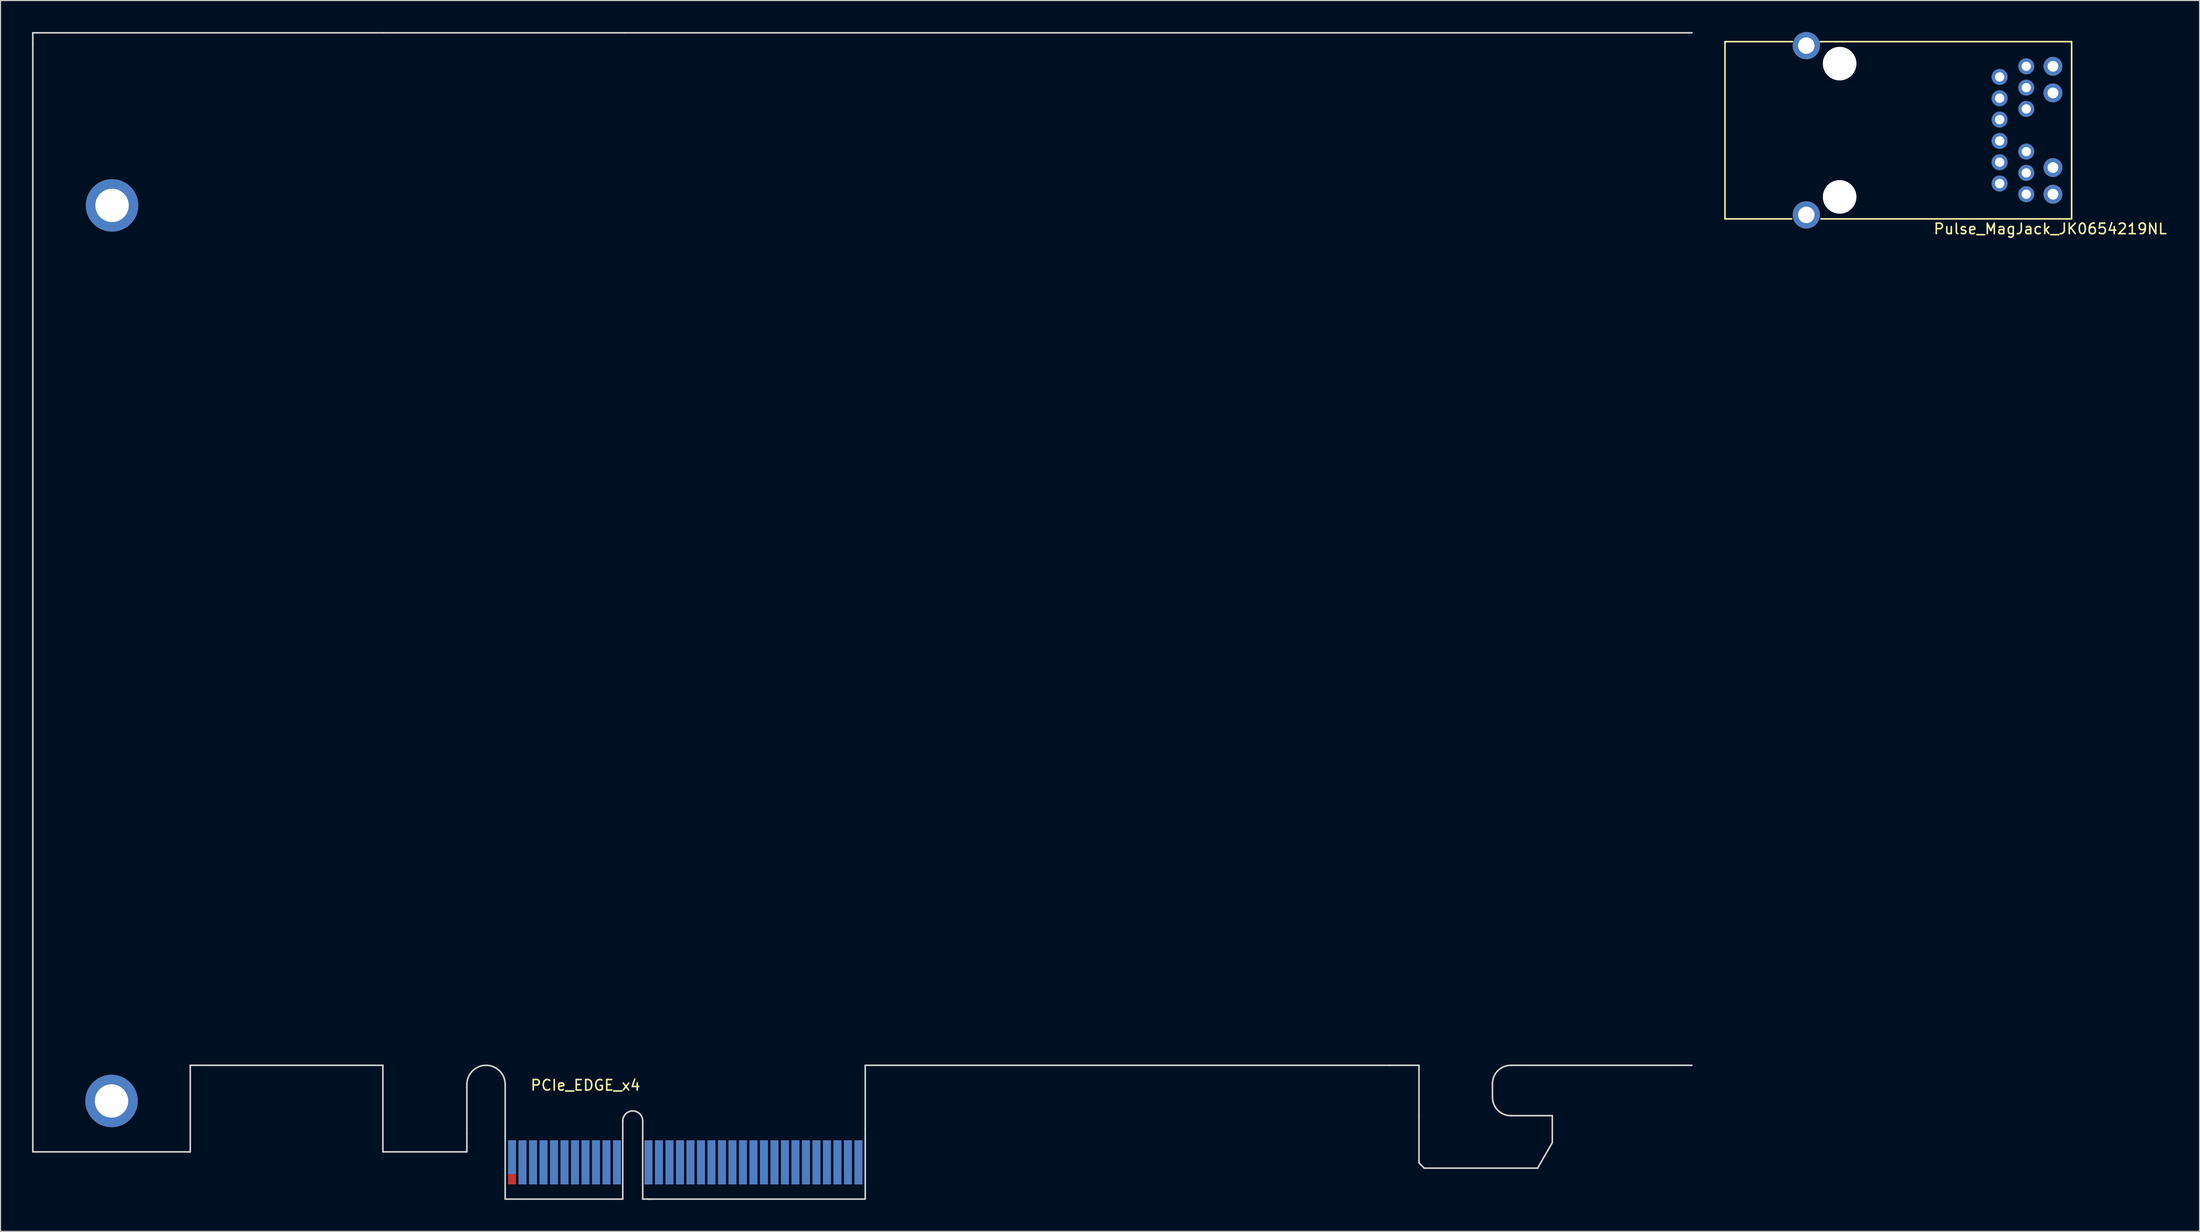
<source format=kicad_pcb>
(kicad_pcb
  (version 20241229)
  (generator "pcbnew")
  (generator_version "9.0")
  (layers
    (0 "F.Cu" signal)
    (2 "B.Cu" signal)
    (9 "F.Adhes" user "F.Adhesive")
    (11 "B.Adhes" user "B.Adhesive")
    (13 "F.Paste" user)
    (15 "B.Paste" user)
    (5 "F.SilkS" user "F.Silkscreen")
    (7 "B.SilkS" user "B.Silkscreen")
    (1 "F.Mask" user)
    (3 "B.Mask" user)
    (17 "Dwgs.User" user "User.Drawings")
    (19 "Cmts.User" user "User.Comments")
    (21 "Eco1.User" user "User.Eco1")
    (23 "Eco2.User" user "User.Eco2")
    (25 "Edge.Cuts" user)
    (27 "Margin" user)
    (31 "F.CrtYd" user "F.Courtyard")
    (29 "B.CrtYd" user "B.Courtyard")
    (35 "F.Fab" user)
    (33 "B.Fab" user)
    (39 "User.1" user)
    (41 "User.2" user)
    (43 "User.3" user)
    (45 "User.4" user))
  (footprint "Pulse_MagJack_JK0654219NL"
    (layer "F.Cu")
    (at 187.437 9.364)
    (property "Reference" "Pulse_MagJack_JK0654219NL" (at 4.826 9.398 0) (layer "F.SilkS") (effects (font (size 1 1) (thickness 0.15))))
    (attr through_hole)
    (fp_line (start -26.162 -8.445) (end -26.162 8.445) (stroke (width 0.15) (type solid)) (layer "F.SilkS"))
    (fp_line (start -26.162 -8.445) (end -19.748 -8.445) (stroke (width 0.15) (type solid)) (layer "F.SilkS"))
    (fp_line (start -26.162 8.445) (end -19.812 8.445) (stroke (width 0.15) (type solid)) (layer "F.SilkS"))
    (fp_line (start -17.081 -8.445) (end 6.858 -8.445) (stroke (width 0.15) (type solid)) (layer "F.SilkS"))
    (fp_line (start 6.858 -8.445) (end 6.858 8.445) (stroke (width 0.15) (type solid)) (layer "F.SilkS"))
    (fp_line (start 6.858 8.445) (end -17.018 8.445) (stroke (width 0.15) (type solid)) (layer "F.SilkS"))
    (pad "" np_thru_hole circle (at -15.24 -6.35) (size 3.2 3.2) (drill 3.2) (layers "*.Cu" "*.Mask"))
    (pad "" np_thru_hole circle (at -15.24 6.35) (size 3.2 3.2) (drill 3.2) (layers "*.Cu" "*.Mask"))
    (pad "1" thru_hole circle (at 0 5.08) (size 1.524 1.524) (drill 0.889) (layers "*.Cu" "*.Mask"))
    (pad "2" thru_hole circle (at 0 3.048) (size 1.524 1.524) (drill 0.889) (layers "*.Cu" "*.Mask"))
    (pad "3" thru_hole circle (at 0 1.016) (size 1.524 1.524) (drill 0.889) (layers "*.Cu" "*.Mask"))
    (pad "4" thru_hole circle (at 0 -1.016) (size 1.524 1.524) (drill 0.889) (layers "*.Cu" "*.Mask"))
    (pad "5" thru_hole circle (at 0 -3.048) (size 1.524 1.524) (drill 0.889) (layers "*.Cu" "*.Mask"))
    (pad "6" thru_hole circle (at 0 -5.08) (size 1.524 1.524) (drill 0.889) (layers "*.Cu" "*.Mask"))
    (pad "7" thru_hole circle (at 2.54 6.096) (size 1.524 1.524) (drill 0.889) (layers "*.Cu" "*.Mask"))
    (pad "8" thru_hole circle (at 2.54 4.064) (size 1.524 1.524) (drill 0.889) (layers "*.Cu" "*.Mask"))
    (pad "9" thru_hole circle (at 2.54 2.032) (size 1.524 1.524) (drill 0.889) (layers "*.Cu" "*.Mask"))
    (pad "10" thru_hole circle (at 2.54 -2.032) (size 1.524 1.524) (drill 0.889) (layers "*.Cu" "*.Mask"))
    (pad "11" thru_hole circle (at 2.54 -4.064) (size 1.524 1.524) (drill 0.889) (layers "*.Cu" "*.Mask"))
    (pad "12" thru_hole circle (at 2.54 -6.096) (size 1.524 1.524) (drill 0.889) (layers "*.Cu" "*.Mask"))
    (pad "13" thru_hole circle (at 5.08 6.096) (size 1.8 1.8) (drill 1.03) (layers "*.Cu" "*.Mask"))
    (pad "14" thru_hole circle (at 5.08 3.556) (size 1.8 1.8) (drill 1.03) (layers "*.Cu" "*.Mask"))
    (pad "15" thru_hole circle (at 5.08 -3.556) (size 1.8 1.8) (drill 1.03) (layers "*.Cu" "*.Mask"))
    (pad "16" thru_hole circle (at 5.08 -6.096) (size 1.8 1.8) (drill 1.03) (layers "*.Cu" "*.Mask"))
    (pad "S" thru_hole circle (at -18.415 -8.065) (size 2.6 2.6) (drill 1.57) (layers "*.Cu" "*.Mask"))
    (pad "S" thru_hole circle (at -18.415 8.065) (size 2.6 2.6) (drill 1.57) (layers "*.Cu" "*.Mask")))
  (footprint "PCIe_EDGE_x4"
    (layer "F.Cu")
    (at 52.725 107.725)
    (property "Reference" "PCIe_EDGE_x4" (at 0 -7.35 0) (layer "F.SilkS") (effects (font (size 1 1) (thickness 0.15))))
    (attr through_hole)
    (fp_line (start -52.65 -107.65) (end -19.3 -107.65) (stroke (width 0.15) (type solid)) (layer "Edge.Cuts"))
    (fp_line (start -52.65 -106.65) (end -52.65 -107.65) (stroke (width 0.15) (type solid)) (layer "Edge.Cuts"))
    (fp_line (start -52.65 -1) (end -52.65 -106.65) (stroke (width 0.15) (type solid)) (layer "Edge.Cuts"))
    (fp_line (start -37.65 -9.25) (end -37.65 -1) (stroke (width 0.15) (type solid)) (layer "Edge.Cuts"))
    (fp_line (start -37.65 -1) (end -52.65 -1) (stroke (width 0.15) (type solid)) (layer "Edge.Cuts"))
    (fp_line (start -19.3 -107.65) (end 3.7 -107.65) (stroke (width 0.15) (type solid)) (layer "Edge.Cuts"))
    (fp_line (start -19.3 -9.25) (end -37.65 -9.25) (stroke (width 0.15) (type solid)) (layer "Edge.Cuts"))
    (fp_line (start -19.3 -1) (end -19.3 -9.25) (stroke (width 0.15) (type solid)) (layer "Edge.Cuts"))
    (fp_line (start -11.9 -1) (end -19.3 -1) (stroke (width 0.15) (type solid)) (layer "Edge.Cuts"))
    (fp_line (start -11.3 -7.45) (end -11.3 -7.2) (stroke (width 0.15) (type solid)) (layer "Edge.Cuts"))
    (fp_line (start -11.3 -7.2) (end -11.3 -2.8) (stroke (width 0.15) (type solid)) (layer "Edge.Cuts"))
    (fp_line (start -11.3 -2.8) (end -11.3 -1) (stroke (width 0.15) (type solid)) (layer "Edge.Cuts"))
    (fp_line (start -11.3 -1) (end -11.9 -1) (stroke (width 0.15) (type solid)) (layer "Edge.Cuts"))
    (fp_line (start -7.65 -7.425) (end -7.65 -2.47) (stroke (width 0.15) (type solid)) (layer "Edge.Cuts"))
    (fp_line (start -7.65 3.5) (end -7.65 -2.5) (stroke (width 0.15) (type solid)) (layer "Edge.Cuts"))
    (fp_line (start -7.65 3.5) (end -6.9 3.5) (stroke (width 0.15) (type solid)) (layer "Edge.Cuts"))
    (fp_line (start 3.55 -3.95) (end 3.55 3.5) (stroke (width 0.15) (type solid)) (layer "Edge.Cuts"))
    (fp_line (start 3.55 3.5) (end -6.9 3.5) (stroke (width 0.15) (type solid)) (layer "Edge.Cuts"))
    (fp_line (start 3.7 -107.65) (end 105.4 -107.65) (stroke (width 0.15) (type solid)) (layer "Edge.Cuts"))
    (fp_line (start 5.45 -3.95) (end 5.45 3.5) (stroke (width 0.15) (type solid)) (layer "Edge.Cuts"))
    (fp_line (start 5.45 3.5) (end 5.6 3.5) (stroke (width 0.15) (type solid)) (layer "Edge.Cuts"))
    (fp_line (start 6 3.5) (end 6.2 3.5) (stroke (width 0.15) (type solid)) (layer "Edge.Cuts"))
    (fp_line (start 6.2 3.5) (end 5.6 3.5) (stroke (width 0.15) (type solid)) (layer "Edge.Cuts"))
    (fp_line (start 6.2 3.5) (end 26.65 3.5) (stroke (width 0.15) (type solid)) (layer "Edge.Cuts"))
    (fp_line (start 26.65 -9.25) (end 76.65 -9.25) (stroke (width 0.15) (type solid)) (layer "Edge.Cuts"))
    (fp_line (start 26.65 -3.2) (end 26.65 -9.25) (stroke (width 0.15) (type solid)) (layer "Edge.Cuts"))
    (fp_line (start 26.65 3.5) (end 26.65 -3.2) (stroke (width 0.15) (type solid)) (layer "Edge.Cuts"))
    (fp_line (start 76.6 -9.25) (end 79.4 -9.25) (stroke (width 0.15) (type solid)) (layer "Edge.Cuts"))
    (fp_line (start 79.4 -9.25) (end 79.4 -4.45) (stroke (width 0.15) (type solid)) (layer "Edge.Cuts"))
    (fp_line (start 79.4 -4.45) (end 79.4 0.05) (stroke (width 0.15) (type solid)) (layer "Edge.Cuts"))
    (fp_line (start 79.9 0.55) (end 79.4 0.05) (stroke (width 0.15) (type solid)) (layer "Edge.Cuts"))
    (fp_line (start 79.9 0.55) (end 90.71 0.55) (stroke (width 0.15) (type solid)) (layer "Edge.Cuts"))
    (fp_line (start 86.4 -6.2) (end 86.4 -7.5) (stroke (width 0.15) (type solid)) (layer "Edge.Cuts"))
    (fp_line (start 88.15 -9.25) (end 105.4 -9.25) (stroke (width 0.15) (type solid)) (layer "Edge.Cuts"))
    (fp_line (start 90.7 0.55) (end 92.1 -1.88) (stroke (width 0.15) (type solid)) (layer "Edge.Cuts"))
    (fp_line (start 92.1 -4.45) (end 88.15 -4.45) (stroke (width 0.15) (type solid)) (layer "Edge.Cuts"))
    (fp_line (start 92.1 -1.88) (end 92.1 -4.45) (stroke (width 0.15) (type solid)) (layer "Edge.Cuts"))
    (fp_arc (start -11.3 -7.425) (mid -9.475 -9.25) (end -7.65 -7.425) (stroke (width 0.15) (type solid)) (layer "Edge.Cuts"))
    (fp_arc (start 3.55 -3.95) (mid 4.5 -4.9) (end 5.45 -3.95) (stroke (width 0.15) (type solid)) (layer "Edge.Cuts"))
    (fp_arc (start 86.4 -7.5) (mid 86.912563 -8.737437) (end 88.15 -9.25) (stroke (width 0.15) (type solid)) (layer "Edge.Cuts"))
    (fp_arc (start 88.15 -4.45) (mid 86.912563 -4.962563) (end 86.4 -6.2) (stroke (width 0.15) (type solid)) (layer "Edge.Cuts"))
    (pad "A1" smd rect (at -7 -0.5) (size 0.75 3.2) (layers "B.Cu" "B.Mask" "B.Paste"))
    (pad "A2" smd rect (at -6 0) (size 0.75 4.2) (layers "B.Cu" "B.Mask" "B.Paste"))
    (pad "A3" smd rect (at -5 0) (size 0.75 4.2) (layers "B.Cu" "B.Mask" "B.Paste"))
    (pad "A4" smd rect (at -4 0) (size 0.75 4.2) (layers "B.Cu" "B.Mask" "B.Paste"))
    (pad "A5" smd rect (at -3 0) (size 0.75 4.2) (layers "B.Cu" "B.Mask" "B.Paste"))
    (pad "A6" smd rect (at -2 0) (size 0.75 4.2) (layers "B.Cu" "B.Mask" "B.Paste"))
    (pad "A7" smd rect (at -1 0) (size 0.75 4.2) (layers "B.Cu" "B.Mask" "B.Paste"))
    (pad "A8" smd rect (at 0 0) (size 0.75 4.2) (layers "B.Cu" "B.Mask" "B.Paste"))
    (pad "A9" smd rect (at 1 0) (size 0.75 4.2) (layers "B.Cu" "B.Mask" "B.Paste"))
    (pad "A10" smd rect (at 2 0) (size 0.75 4.2) (layers "B.Cu" "B.Mask" "B.Paste"))
    (pad "A11" smd rect (at 3 0) (size 0.75 4.2) (layers "B.Cu" "B.Mask" "B.Paste"))
    (pad "A12" smd rect (at 6 0) (size 0.75 4.2) (layers "B.Cu" "B.Mask" "B.Paste"))
    (pad "A13" smd rect (at 7 0) (size 0.75 4.2) (layers "B.Cu" "B.Mask" "B.Paste"))
    (pad "A14" smd rect (at 8 0) (size 0.75 4.2) (layers "B.Cu" "B.Mask" "B.Paste"))
    (pad "A15" smd rect (at 9 0) (size 0.75 4.2) (layers "B.Cu" "B.Mask" "B.Paste"))
    (pad "A16" smd rect (at 10 0) (size 0.75 4.2) (layers "B.Cu" "B.Mask" "B.Paste"))
    (pad "A17" smd rect (at 11 0) (size 0.75 4.2) (layers "B.Cu" "B.Mask" "B.Paste"))
    (pad "A18" smd rect (at 12 0) (size 0.75 4.2) (layers "B.Cu" "B.Mask" "B.Paste"))
    (pad "A19" smd rect (at 13 0) (size 0.75 4.2) (layers "B.Cu" "B.Mask" "B.Paste"))
    (pad "A20" smd rect (at 14 0) (size 0.75 4.2) (layers "B.Cu" "B.Mask" "B.Paste"))
    (pad "A21" smd rect (at 15 0) (size 0.75 4.2) (layers "B.Cu" "B.Mask" "B.Paste"))
    (pad "A22" smd rect (at 16 0) (size 0.75 4.2) (layers "B.Cu" "B.Mask" "B.Paste"))
    (pad "A23" smd rect (at 17 0) (size 0.75 4.2) (layers "B.Cu" "B.Mask" "B.Paste"))
    (pad "A24" smd rect (at 18 0) (size 0.75 4.2) (layers "B.Cu" "B.Mask" "B.Paste"))
    (pad "A25" smd rect (at 19 0) (size 0.75 4.2) (layers "B.Cu" "B.Mask" "B.Paste"))
    (pad "A26" smd rect (at 20 0) (size 0.75 4.2) (layers "B.Cu" "B.Mask" "B.Paste"))
    (pad "A27" smd rect (at 21 0) (size 0.75 4.2) (layers "B.Cu" "B.Mask" "B.Paste"))
    (pad "A28" smd rect (at 22 0) (size 0.75 4.2) (layers "B.Cu" "B.Mask" "B.Paste"))
    (pad "A29" smd rect (at 23 0) (size 0.75 4.2) (layers "B.Cu" "B.Mask" "B.Paste"))
    (pad "A30" smd rect (at 24 0) (size 0.75 4.2) (layers "B.Cu" "B.Mask" "B.Paste"))
    (pad "A31" smd rect (at 25 0) (size 0.75 4.2) (layers "B.Cu" "B.Mask" "B.Paste"))
    (pad "A32" smd rect (at 26 0) (size 0.75 4.2) (layers "B.Cu" "B.Mask" "B.Paste"))
    (pad "B1" smd rect (at -7 0) (size 0.75 4.2) (layers "F.Cu" "F.Mask" "F.Paste"))
    (pad "B2" smd rect (at -6 0) (size 0.75 4.2) (layers "F.Cu" "F.Mask" "F.Paste"))
    (pad "B3" smd rect (at -5 0) (size 0.75 4.2) (layers "F.Cu" "F.Mask" "F.Paste"))
    (pad "B4" smd rect (at -4 0) (size 0.75 4.2) (layers "F.Cu" "F.Mask" "F.Paste"))
    (pad "B5" smd rect (at -3 0) (size 0.75 4.2) (layers "F.Cu" "F.Mask" "F.Paste"))
    (pad "B6" smd rect (at -2 0) (size 0.75 4.2) (layers "F.Cu" "F.Mask" "F.Paste"))
    (pad "B7" smd rect (at -1 0) (size 0.75 4.2) (layers "F.Cu" "F.Mask" "F.Paste"))
    (pad "B8" smd rect (at 0 0) (size 0.75 4.2) (layers "F.Cu" "F.Mask" "F.Paste"))
    (pad "B9" smd rect (at 1 0) (size 0.75 4.2) (layers "F.Cu" "F.Mask" "F.Paste"))
    (pad "B10" smd rect (at 2 0) (size 0.75 4.2) (layers "F.Cu" "F.Mask" "F.Paste"))
    (pad "B11" smd rect (at 3 0) (size 0.75 4.2) (layers "F.Cu" "F.Mask" "F.Paste"))
    (pad "B12" smd rect (at 6 0) (size 0.75 4.2) (layers "F.Cu" "F.Mask" "F.Paste"))
    (pad "B13" smd rect (at 7 0) (size 0.75 4.2) (layers "F.Cu" "F.Mask" "F.Paste"))
    (pad "B14" smd rect (at 8 0) (size 0.75 4.2) (layers "F.Cu" "F.Mask" "F.Paste"))
    (pad "B15" smd rect (at 9 0) (size 0.75 4.2) (layers "F.Cu" "F.Mask" "F.Paste"))
    (pad "B16" smd rect (at 10 0) (size 0.75 4.2) (layers "F.Cu" "F.Mask" "F.Paste"))
    (pad "B17" smd rect (at 11 0) (size 0.75 4.2) (layers "F.Cu" "F.Mask" "F.Paste"))
    (pad "B18" smd rect (at 12 0) (size 0.75 4.2) (layers "F.Cu" "F.Mask" "F.Paste"))
    (pad "B19" smd rect (at 13 0) (size 0.75 4.2) (layers "F.Cu" "F.Mask" "F.Paste"))
    (pad "B20" smd rect (at 14 0) (size 0.75 4.2) (layers "F.Cu" "F.Mask" "F.Paste"))
    (pad "B21" smd rect (at 15 0) (size 0.75 4.2) (layers "F.Cu" "F.Mask" "F.Paste"))
    (pad "B22" smd rect (at 16 0) (size 0.75 4.2) (layers "F.Cu" "F.Mask" "F.Paste"))
    (pad "B23" smd rect (at 17 0) (size 0.75 4.2) (layers "F.Cu" "F.Mask" "F.Paste"))
    (pad "B24" smd rect (at 18 0) (size 0.75 4.2) (layers "F.Cu" "F.Mask" "F.Paste"))
    (pad "B25" smd rect (at 19 0) (size 0.75 4.2) (layers "F.Cu" "F.Mask" "F.Paste"))
    (pad "B26" smd rect (at 20 0) (size 0.75 4.2) (layers "F.Cu" "F.Mask" "F.Paste"))
    (pad "B27" smd rect (at 21 0) (size 0.75 4.2) (layers "F.Cu" "F.Mask" "F.Paste"))
    (pad "B28" smd rect (at 22 0) (size 0.75 4.2) (layers "F.Cu" "F.Mask" "F.Paste"))
    (pad "B29" smd rect (at 23 0) (size 0.75 4.2) (layers "F.Cu" "F.Mask" "F.Paste"))
    (pad "B30" smd rect (at 24 0) (size 0.75 4.2) (layers "F.Cu" "F.Mask" "F.Paste"))
    (pad "B31" smd rect (at 25 -0.5) (size 0.75 3.2) (layers "F.Cu" "F.Mask" "F.Paste"))
    (pad "B32" smd rect (at 26 0) (size 0.75 4.2) (layers "F.Cu" "F.Mask" "F.Paste"))
    (pad "M" thru_hole circle (at -45.15 -5.85) (size 5 5) (drill 3.18) (layers "*.Cu" "*.Mask"))
    (pad "M" thru_hole circle (at -45.1 -91.2) (size 5 5) (drill 3.18) (layers "*.Cu" "*.Mask")))
  (gr_rect
    (start -3 -3)
    (end 206.483 114.3)
    (stroke (width 0.1) (type default))
    (fill no)
    (layer "Edge.Cuts")))
</source>
